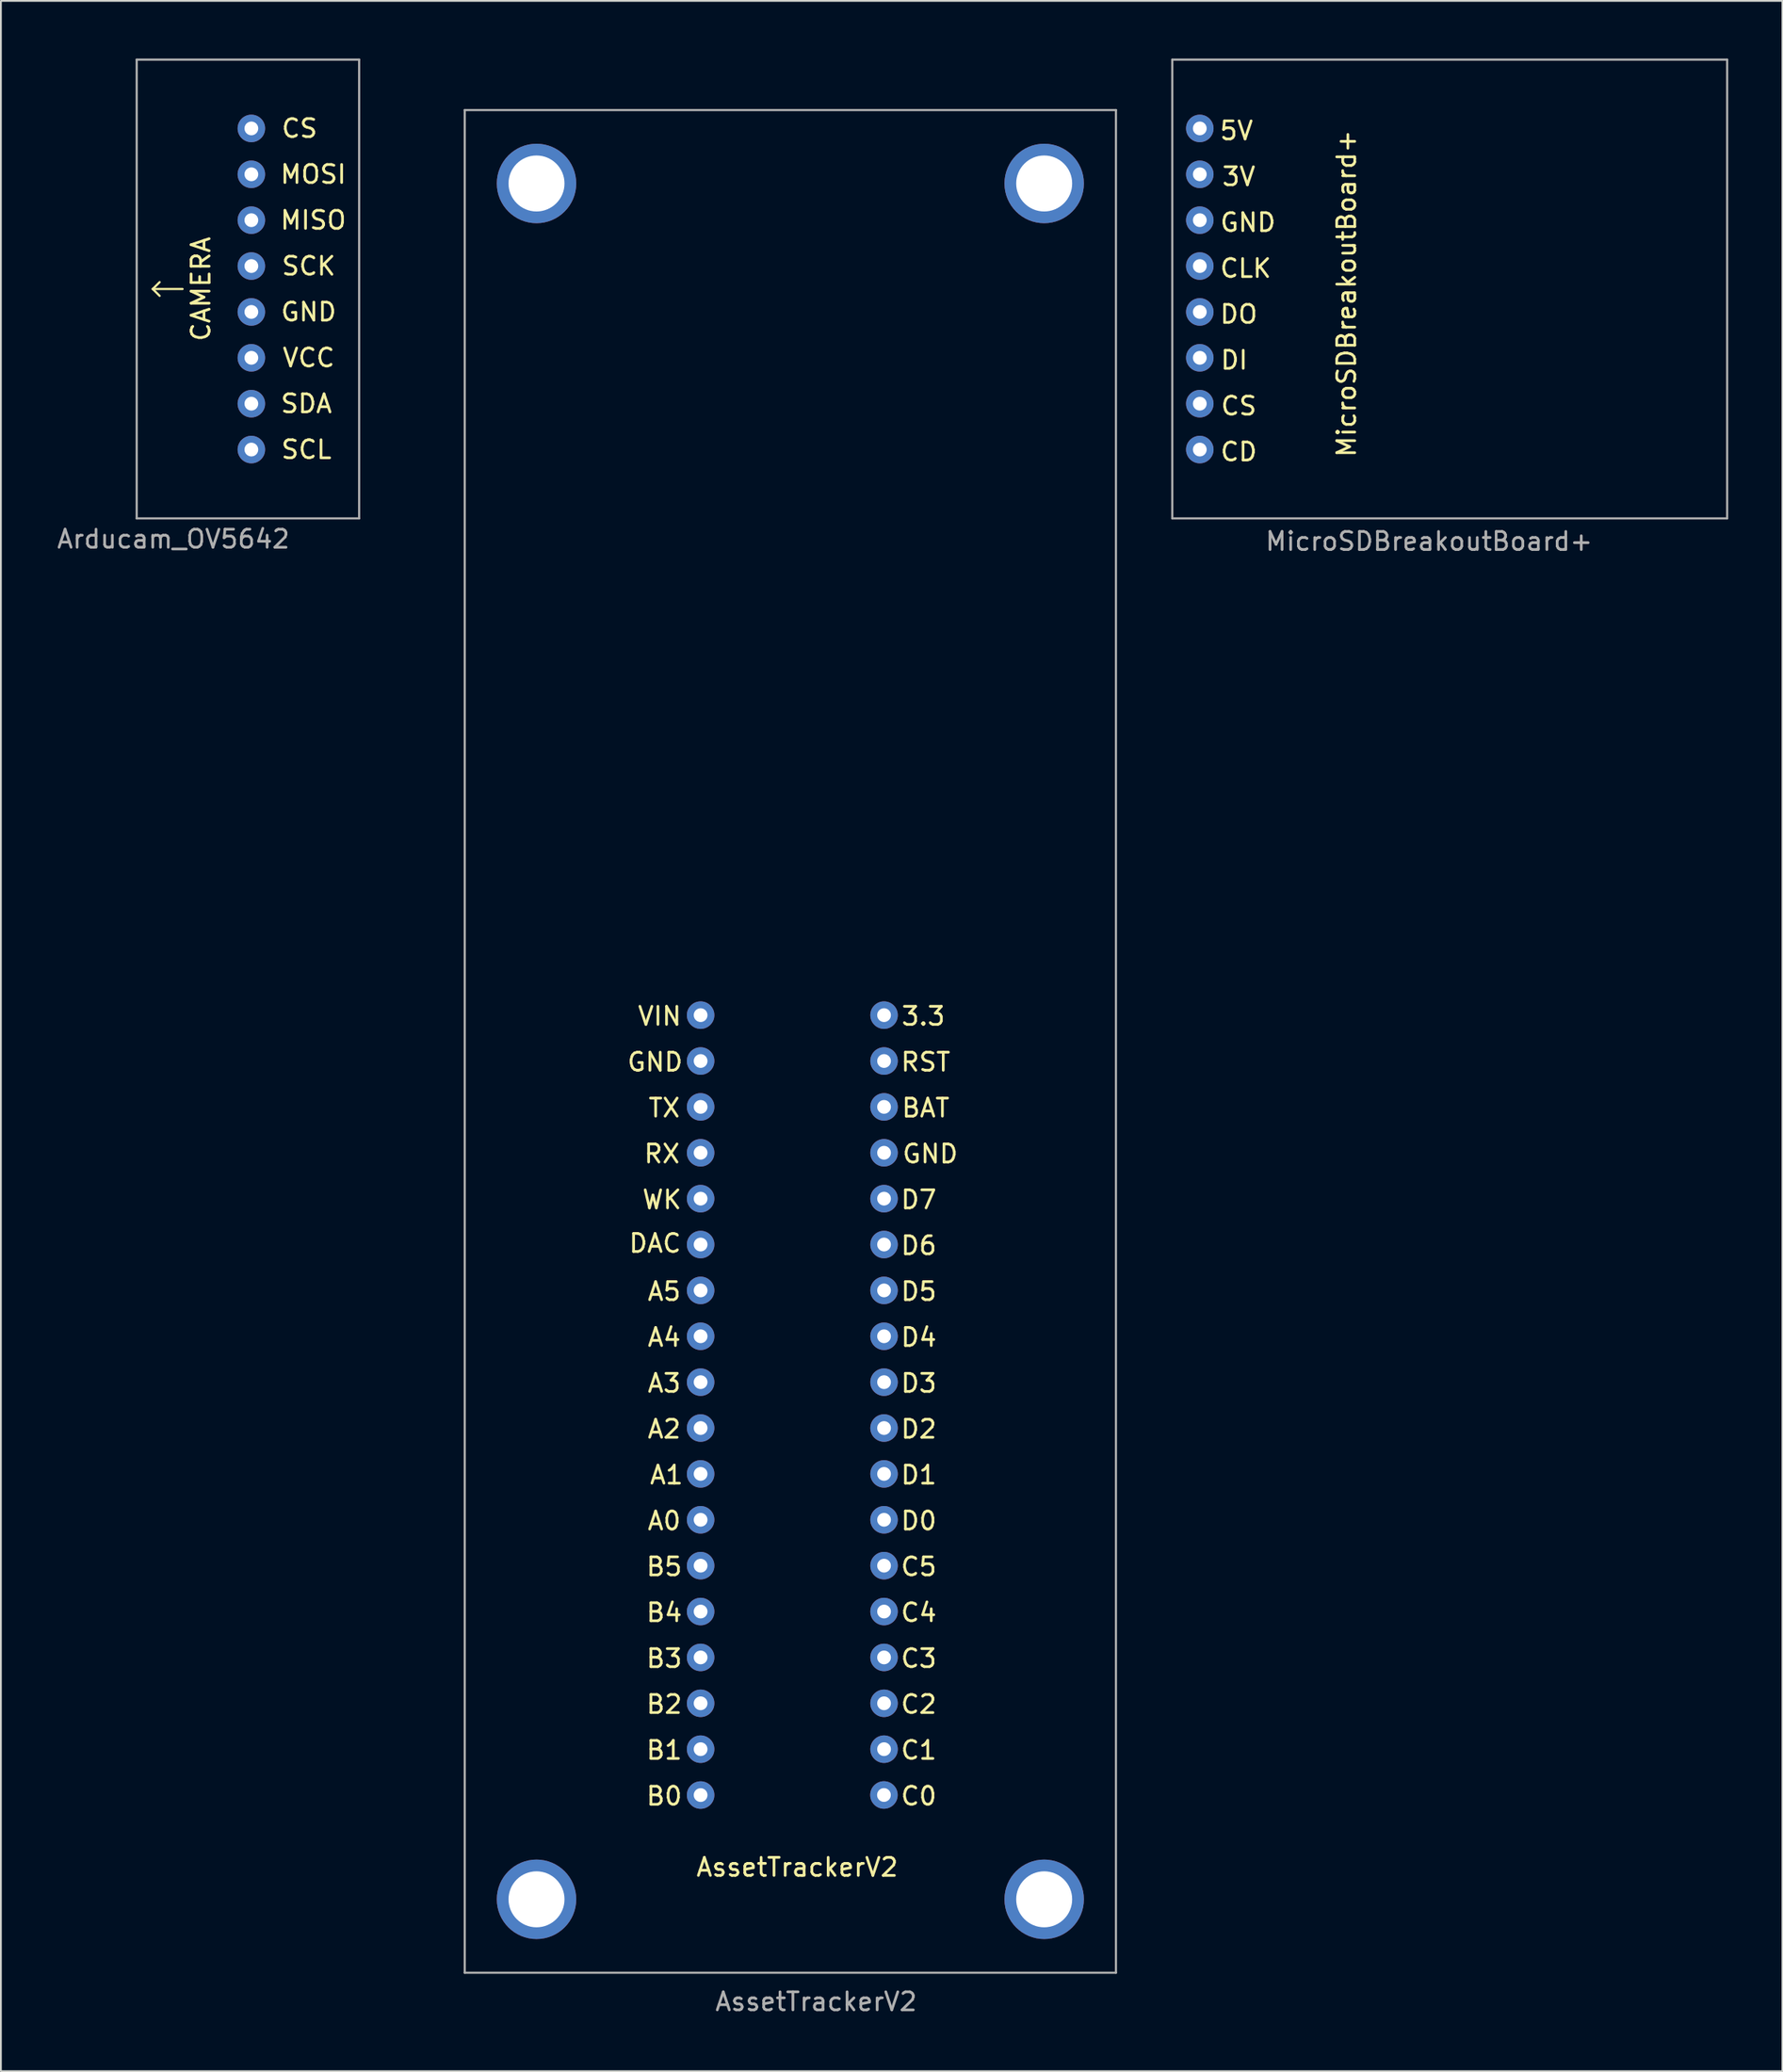
<source format=kicad_pcb>
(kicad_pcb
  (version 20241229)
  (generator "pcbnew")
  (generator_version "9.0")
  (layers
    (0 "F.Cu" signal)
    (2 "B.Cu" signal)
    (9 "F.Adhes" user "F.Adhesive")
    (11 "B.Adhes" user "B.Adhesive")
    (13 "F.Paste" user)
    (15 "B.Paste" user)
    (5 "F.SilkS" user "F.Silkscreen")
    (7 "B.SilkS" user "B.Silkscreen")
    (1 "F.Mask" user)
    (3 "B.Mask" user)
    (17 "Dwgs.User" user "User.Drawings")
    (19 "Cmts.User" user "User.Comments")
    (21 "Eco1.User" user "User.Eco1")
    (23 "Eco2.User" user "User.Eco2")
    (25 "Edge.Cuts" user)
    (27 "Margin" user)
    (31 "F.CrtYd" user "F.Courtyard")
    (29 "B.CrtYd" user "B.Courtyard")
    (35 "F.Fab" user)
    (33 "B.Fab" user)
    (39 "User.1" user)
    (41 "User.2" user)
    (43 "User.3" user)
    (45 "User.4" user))
  (footprint "AssetTrackerV2"
    (layer "F.Cu")
    (at 20.151 0.25)
    (property "Reference" "AssetTrackerV2" (at 22.002 107.52 180) (layer "F.Fab") (effects (font (size 1 1) (thickness 0.15))))
    (attr through_hole)
    (fp_line (start 2.54 105.918) (end 2.54 2.794) (stroke (width 0.12) (type solid)) (layer "F.Fab"))
    (fp_line (start 38.608 2.794) (end 2.54 2.794) (stroke (width 0.12) (type solid)) (layer "F.Fab"))
    (fp_line (start 38.608 105.918) (end 2.54 105.918) (stroke (width 0.12) (type solid)) (layer "F.Fab"))
    (fp_line (start 38.608 105.918) (end 38.608 2.794) (stroke (width 0.12) (type solid)) (layer "F.Fab"))
    (fp_text user "D2" (at 27.686 75.819 0) (layer "F.SilkS") (effects (font (size 1 1) (thickness 0.15))))
    (fp_text user "C4" (at 27.686 85.979 0) (layer "F.SilkS") (effects (font (size 1 1) (thickness 0.15))))
    (fp_text user "B5" (at 13.589 83.439 0) (layer "F.SilkS") (effects (font (size 1 1) (thickness 0.15))))
    (fp_text user "GND" (at 13.081 55.499 0) (layer "F.SilkS") (effects (font (size 1 1) (thickness 0.15))))
    (fp_text user "A5" (at 13.589 68.199 0) (layer "F.SilkS") (effects (font (size 1 1) (thickness 0.15))))
    (fp_text user "D5" (at 27.686 68.199 0) (layer "F.SilkS") (effects (font (size 1 1) (thickness 0.15))))
    (fp_text user "D0" (at 27.686 80.899 0) (layer "F.SilkS") (effects (font (size 1 1) (thickness 0.15))))
    (fp_text user "C1" (at 27.686 93.599 0) (layer "F.SilkS") (effects (font (size 1 1) (thickness 0.15))))
    (fp_text user "D1" (at 27.686 78.359 0) (layer "F.SilkS") (effects (font (size 1 1) (thickness 0.15))))
    (fp_text user "D3" (at 27.686 73.279 0) (layer "F.SilkS") (effects (font (size 1 1) (thickness 0.15))))
    (fp_text user "3.3" (at 27.94 52.959 0) (layer "F.SilkS") (effects (font (size 1 1) (thickness 0.15))))
    (fp_text user "VIN" (at 13.335 52.959 0) (layer "F.SilkS") (effects (font (size 1 1) (thickness 0.15))))
    (fp_text user "A1" (at 13.716 78.359 0) (layer "F.SilkS") (effects (font (size 1 1) (thickness 0.15))))
    (fp_text user "D6" (at 27.686 65.659 0) (layer "F.SilkS") (effects (font (size 1 1) (thickness 0.15))))
    (fp_text user "GND" (at 28.321 60.579 0) (layer "F.SilkS") (effects (font (size 1 1) (thickness 0.15))))
    (fp_text user "B4" (at 13.589 85.979 0) (layer "F.SilkS") (effects (font (size 1 1) (thickness 0.15))))
    (fp_text user "A0" (at 13.589 80.899 0) (layer "F.SilkS") (effects (font (size 1 1) (thickness 0.15))))
    (fp_text user "DAC" (at 13.081 65.532 0) (layer "F.SilkS") (effects (font (size 1 1) (thickness 0.15))))
    (fp_text user "BAT" (at 28.067 58.039 0) (layer "F.SilkS") (effects (font (size 1 1) (thickness 0.15))))
    (fp_text user "C5" (at 27.686 83.439 0) (layer "F.SilkS") (effects (font (size 1 1) (thickness 0.15))))
    (fp_text user "B1" (at 13.589 93.599 0) (layer "F.SilkS") (effects (font (size 1 1) (thickness 0.15))))
    (fp_text user "A4" (at 13.589 70.739 0) (layer "F.SilkS") (effects (font (size 1 1) (thickness 0.15))))
    (fp_text user "RST" (at 28.067 55.499 0) (layer "F.SilkS") (effects (font (size 1 1) (thickness 0.15))))
    (fp_text user "WK" (at 13.462 63.119 0) (layer "F.SilkS") (effects (font (size 1 1) (thickness 0.15))))
    (fp_text user "D7" (at 27.686 63.119 0) (layer "F.SilkS") (effects (font (size 1 1) (thickness 0.15))))
    (fp_text user "C3" (at 27.686 88.519 0) (layer "F.SilkS") (effects (font (size 1 1) (thickness 0.15))))
    (fp_text user "AssetTrackerV2" (at 20.955 100.076 0) (layer "F.SilkS") (effects (font (size 1 1) (thickness 0.15))))
    (fp_text user "D4" (at 27.686 70.739 0) (layer "F.SilkS") (effects (font (size 1 1) (thickness 0.15))))
    (fp_text user "B2" (at 13.589 91.059 0) (layer "F.SilkS") (effects (font (size 1 1) (thickness 0.15))))
    (fp_text user "B3" (at 13.589 88.519 0) (layer "F.SilkS") (effects (font (size 1 1) (thickness 0.15))))
    (fp_text user "RX" (at 13.462 60.579 0) (layer "F.SilkS") (effects (font (size 1 1) (thickness 0.15))))
    (fp_text user "A2" (at 13.589 75.819 0) (layer "F.SilkS") (effects (font (size 1 1) (thickness 0.15))))
    (fp_text user "A3" (at 13.589 73.279 0) (layer "F.SilkS") (effects (font (size 1 1) (thickness 0.15))))
    (fp_text user "C0" (at 27.686 96.139 0) (layer "F.SilkS") (effects (font (size 1 1) (thickness 0.15))))
    (fp_text user "C2" (at 27.686 91.059 0) (layer "F.SilkS") (effects (font (size 1 1) (thickness 0.15))))
    (fp_text user "B0" (at 13.589 96.139 0) (layer "F.SilkS") (effects (font (size 1 1) (thickness 0.15))))
    (fp_text user "TX" (at 13.589 58.039 0) (layer "F.SilkS") (effects (font (size 1 1) (thickness 0.15))))
    (pad "" thru_hole circle (at 6.515 6.858 180) (size 4.4 4.4) (drill 3.1) (layers "*.Cu" "*.Mask"))
    (pad "" thru_hole circle (at 6.515 101.854 180) (size 4.4 4.4) (drill 3.1) (layers "*.Cu" "*.Mask"))
    (pad "" thru_hole circle (at 34.633 6.858 180) (size 4.4 4.4) (drill 3.1) (layers "*.Cu" "*.Mask"))
    (pad "" thru_hole circle (at 34.633 101.854 180) (size 4.4 4.4) (drill 3.1) (layers "*.Cu" "*.Mask"))
    (pad "1" thru_hole circle (at 15.604 52.902 180) (size 1.524 1.524) (drill 0.762) (layers "*.Cu" "*.Mask"))
    (pad "2" thru_hole circle (at 15.604 55.442 180) (size 1.524 1.524) (drill 0.762) (layers "*.Cu" "*.Mask"))
    (pad "3" thru_hole circle (at 15.604 57.982 180) (size 1.524 1.524) (drill 0.762) (layers "*.Cu" "*.Mask"))
    (pad "4" thru_hole circle (at 15.604 60.522 180) (size 1.524 1.524) (drill 0.762) (layers "*.Cu" "*.Mask"))
    (pad "5" thru_hole circle (at 15.604 63.062 180) (size 1.524 1.524) (drill 0.762) (layers "*.Cu" "*.Mask"))
    (pad "6" thru_hole circle (at 15.604 65.602 180) (size 1.524 1.524) (drill 0.762) (layers "*.Cu" "*.Mask"))
    (pad "7" thru_hole circle (at 15.604 68.142 180) (size 1.524 1.524) (drill 0.762) (layers "*.Cu" "*.Mask"))
    (pad "8" thru_hole circle (at 15.604 70.682 180) (size 1.524 1.524) (drill 0.762) (layers "*.Cu" "*.Mask"))
    (pad "9" thru_hole circle (at 15.604 73.222 180) (size 1.524 1.524) (drill 0.762) (layers "*.Cu" "*.Mask"))
    (pad "10" thru_hole circle (at 15.604 75.762 180) (size 1.524 1.524) (drill 0.762) (layers "*.Cu" "*.Mask"))
    (pad "11" thru_hole circle (at 15.604 78.302 180) (size 1.524 1.524) (drill 0.762) (layers "*.Cu" "*.Mask"))
    (pad "12" thru_hole circle (at 15.604 80.842 180) (size 1.524 1.524) (drill 0.762) (layers "*.Cu" "*.Mask"))
    (pad "13" thru_hole circle (at 15.604 83.382 180) (size 1.524 1.524) (drill 0.762) (layers "*.Cu" "*.Mask"))
    (pad "14" thru_hole circle (at 15.604 85.922 180) (size 1.524 1.524) (drill 0.762) (layers "*.Cu" "*.Mask"))
    (pad "15" thru_hole circle (at 15.604 88.462 180) (size 1.524 1.524) (drill 0.762) (layers "*.Cu" "*.Mask"))
    (pad "16" thru_hole circle (at 15.604 91.002 180) (size 1.524 1.524) (drill 0.762) (layers "*.Cu" "*.Mask"))
    (pad "17" thru_hole circle (at 15.604 93.542 180) (size 1.524 1.524) (drill 0.762) (layers "*.Cu" "*.Mask"))
    (pad "18" thru_hole circle (at 15.604 96.082 180) (size 1.524 1.524) (drill 0.762) (layers "*.Cu" "*.Mask"))
    (pad "19" thru_hole circle (at 25.764 52.902 180) (size 1.524 1.524) (drill 0.762) (layers "*.Cu" "*.Mask"))
    (pad "20" thru_hole circle (at 25.764 55.442 180) (size 1.524 1.524) (drill 0.762) (layers "*.Cu" "*.Mask"))
    (pad "21" thru_hole circle (at 25.764 57.982 180) (size 1.524 1.524) (drill 0.762) (layers "*.Cu" "*.Mask"))
    (pad "22" thru_hole circle (at 25.764 60.522 180) (size 1.524 1.524) (drill 0.762) (layers "*.Cu" "*.Mask"))
    (pad "23" thru_hole circle (at 25.764 63.062 180) (size 1.524 1.524) (drill 0.762) (layers "*.Cu" "*.Mask"))
    (pad "24" thru_hole circle (at 25.764 65.602 180) (size 1.524 1.524) (drill 0.762) (layers "*.Cu" "*.Mask"))
    (pad "25" thru_hole circle (at 25.764 68.142 180) (size 1.524 1.524) (drill 0.762) (layers "*.Cu" "*.Mask"))
    (pad "26" thru_hole circle (at 25.764 70.682 180) (size 1.524 1.524) (drill 0.762) (layers "*.Cu" "*.Mask"))
    (pad "27" thru_hole circle (at 25.764 73.222 180) (size 1.524 1.524) (drill 0.762) (layers "*.Cu" "*.Mask"))
    (pad "28" thru_hole circle (at 25.764 75.762 180) (size 1.524 1.524) (drill 0.762) (layers "*.Cu" "*.Mask"))
    (pad "29" thru_hole circle (at 25.764 78.302 180) (size 1.524 1.524) (drill 0.762) (layers "*.Cu" "*.Mask"))
    (pad "30" thru_hole circle (at 25.764 80.842 180) (size 1.524 1.524) (drill 0.762) (layers "*.Cu" "*.Mask"))
    (pad "31" thru_hole circle (at 25.764 83.382 180) (size 1.524 1.524) (drill 0.762) (layers "*.Cu" "*.Mask"))
    (pad "32" thru_hole circle (at 25.764 85.922 180) (size 1.524 1.524) (drill 0.762) (layers "*.Cu" "*.Mask"))
    (pad "33" thru_hole circle (at 25.764 88.462 180) (size 1.524 1.524) (drill 0.762) (layers "*.Cu" "*.Mask"))
    (pad "34" thru_hole circle (at 25.764 91.002 180) (size 1.524 1.524) (drill 0.762) (layers "*.Cu" "*.Mask"))
    (pad "35" thru_hole circle (at 25.764 93.542 180) (size 1.524 1.524) (drill 0.762) (layers "*.Cu" "*.Mask"))
    (pad "36" thru_hole circle (at 25.758 96.078 180) (size 1.524 1.524) (drill 0.762) (layers "*.Cu" "*.Mask")))
  (footprint "Arducam_OV5642"
    (layer "F.Cu")
    (at 15.952 0.25)
    (property "Reference" "Arducam_OV5642" (at -9.398 26.543 0) (layer "F.Fab") (effects (font (size 1 1) (thickness 0.15))))
    (attr through_hole)
    (fp_line (start -10.541 12.7) (end -10.16 12.319) (stroke (width 0.12) (type solid)) (layer "F.SilkS"))
    (fp_line (start -10.541 12.7) (end -10.16 13.081) (stroke (width 0.12) (type solid)) (layer "F.SilkS"))
    (fp_line (start -10.541 12.7) (end -8.89 12.7) (stroke (width 0.12) (type solid)) (layer "F.SilkS"))
    (fp_line (start -11.43 0) (end -11.43 25.4) (stroke (width 0.12) (type solid)) (layer "F.Fab"))
    (fp_line (start -11.43 0) (end 0.889 0) (stroke (width 0.12) (type solid)) (layer "F.Fab"))
    (fp_line (start 0.889 0) (end 0.889 25.4) (stroke (width 0.12) (type solid)) (layer "F.Fab"))
    (fp_line (start 0.889 25.4) (end -11.43 25.4) (stroke (width 0.12) (type solid)) (layer "F.Fab"))
    (fp_text user "SDA" (at -2.032 19.05 0) (layer "F.SilkS") (effects (font (size 1 1) (thickness 0.15))))
    (fp_text user "GND" (at -1.905 13.97 0) (layer "F.SilkS") (effects (font (size 1 1) (thickness 0.15))))
    (fp_text user "CAMERA" (at -7.874 12.7 270) (layer "F.SilkS") (effects (font (size 1 1) (thickness 0.15))))
    (fp_text user "CS" (at -2.413 3.81 0) (layer "F.SilkS") (effects (font (size 1 1) (thickness 0.15))))
    (fp_text user "MOSI" (at -1.651 6.35 0) (layer "F.SilkS") (effects (font (size 1 1) (thickness 0.15))))
    (fp_text user "SCL" (at -2.032 21.59 0) (layer "F.SilkS") (effects (font (size 1 1) (thickness 0.15))))
    (fp_text user "MISO" (at -1.651 8.89 0) (layer "F.SilkS") (effects (font (size 1 1) (thickness 0.15))))
    (fp_text user "SCK" (at -1.905 11.43 0) (layer "F.SilkS") (effects (font (size 1 1) (thickness 0.15))))
    (fp_text user "VCC" (at -1.905 16.51 0) (layer "F.SilkS") (effects (font (size 1 1) (thickness 0.15))))
    (pad "1" thru_hole circle (at -5.08 3.81) (size 1.524 1.524) (drill 0.762) (layers "*.Cu" "*.Mask"))
    (pad "2" thru_hole circle (at -5.08 6.35) (size 1.524 1.524) (drill 0.762) (layers "*.Cu" "*.Mask"))
    (pad "3" thru_hole circle (at -5.08 8.89) (size 1.524 1.524) (drill 0.762) (layers "*.Cu" "*.Mask"))
    (pad "4" thru_hole circle (at -5.08 11.43) (size 1.524 1.524) (drill 0.762) (layers "*.Cu" "*.Mask"))
    (pad "5" thru_hole circle (at -5.08 13.97) (size 1.524 1.524) (drill 0.762) (layers "*.Cu" "*.Mask"))
    (pad "6" thru_hole circle (at -5.08 16.51) (size 1.524 1.524) (drill 0.762) (layers "*.Cu" "*.Mask"))
    (pad "7" thru_hole circle (at -5.08 19.05) (size 1.524 1.524) (drill 0.762) (layers "*.Cu" "*.Mask"))
    (pad "8" thru_hole circle (at -5.08 21.59) (size 1.524 1.524) (drill 0.762) (layers "*.Cu" "*.Mask")))
  (footprint "MicroSDBreakoutBoard+"
    (layer "F.Cu")
    (at 68.483 0.25)
    (property "Reference" "MicroSDBreakoutBoard+" (at 7.62 26.67 0) (layer "F.Fab") (effects (font (size 1 1) (thickness 0.15))))
    (attr through_hole)
    (fp_line (start -6.604 0) (end -6.604 25.4) (stroke (width 0.12) (type solid)) (layer "F.Fab"))
    (fp_line (start -6.604 25.4) (end 24.13 25.4) (stroke (width 0.12) (type solid)) (layer "F.Fab"))
    (fp_line (start 24.13 0) (end -6.604 0) (stroke (width 0.12) (type solid)) (layer "F.Fab"))
    (fp_line (start 24.13 25.4) (end 24.13 0) (stroke (width 0.12) (type solid)) (layer "F.Fab"))
    (fp_text user "5V" (at -3.048 3.937 0) (layer "F.SilkS") (effects (font (size 1 1) (thickness 0.15))))
    (fp_text user "GND" (at -2.413 9.017 0) (layer "F.SilkS") (effects (font (size 1 1) (thickness 0.15))))
    (fp_text user "DO" (at -2.921 14.097 0) (layer "F.SilkS") (effects (font (size 1 1) (thickness 0.15))))
    (fp_text user "CS" (at -2.921 19.177 0) (layer "F.SilkS") (effects (font (size 1 1) (thickness 0.15))))
    (fp_text user "MicroSDBreakoutBoard+" (at 3.048 12.954 90) (layer "F.SilkS") (effects (font (size 1 1) (thickness 0.15))))
    (fp_text user "CD" (at -2.921 21.717 0) (layer "F.SilkS") (effects (font (size 1 1) (thickness 0.15))))
    (fp_text user "CLK" (at -2.54 11.557 0) (layer "F.SilkS") (effects (font (size 1 1) (thickness 0.15))))
    (fp_text user "3V" (at -2.921 6.477 0) (layer "F.SilkS") (effects (font (size 1 1) (thickness 0.15))))
    (fp_text user "DI" (at -3.175 16.637 0) (layer "F.SilkS") (effects (font (size 1 1) (thickness 0.15))))
    (pad "1" thru_hole circle (at -5.08 3.81) (size 1.524 1.524) (drill 0.762) (layers "*.Cu" "*.Mask"))
    (pad "2" thru_hole circle (at -5.08 6.35) (size 1.524 1.524) (drill 0.762) (layers "*.Cu" "*.Mask"))
    (pad "3" thru_hole circle (at -5.08 8.89) (size 1.524 1.524) (drill 0.762) (layers "*.Cu" "*.Mask"))
    (pad "4" thru_hole circle (at -5.08 11.43) (size 1.524 1.524) (drill 0.762) (layers "*.Cu" "*.Mask"))
    (pad "5" thru_hole circle (at -5.08 13.97) (size 1.524 1.524) (drill 0.762) (layers "*.Cu" "*.Mask"))
    (pad "6" thru_hole circle (at -5.08 16.51) (size 1.524 1.524) (drill 0.762) (layers "*.Cu" "*.Mask"))
    (pad "7" thru_hole circle (at -5.08 19.05) (size 1.524 1.524) (drill 0.762) (layers "*.Cu" "*.Mask"))
    (pad "8" thru_hole circle (at -5.08 21.59) (size 1.524 1.524) (drill 0.762) (layers "*.Cu" "*.Mask")))
  (gr_rect
    (start -3 -3)
    (end 95.673 111.618)
    (stroke (width 0.1) (type default))
    (fill no)
    (layer "Edge.Cuts")))
</source>
